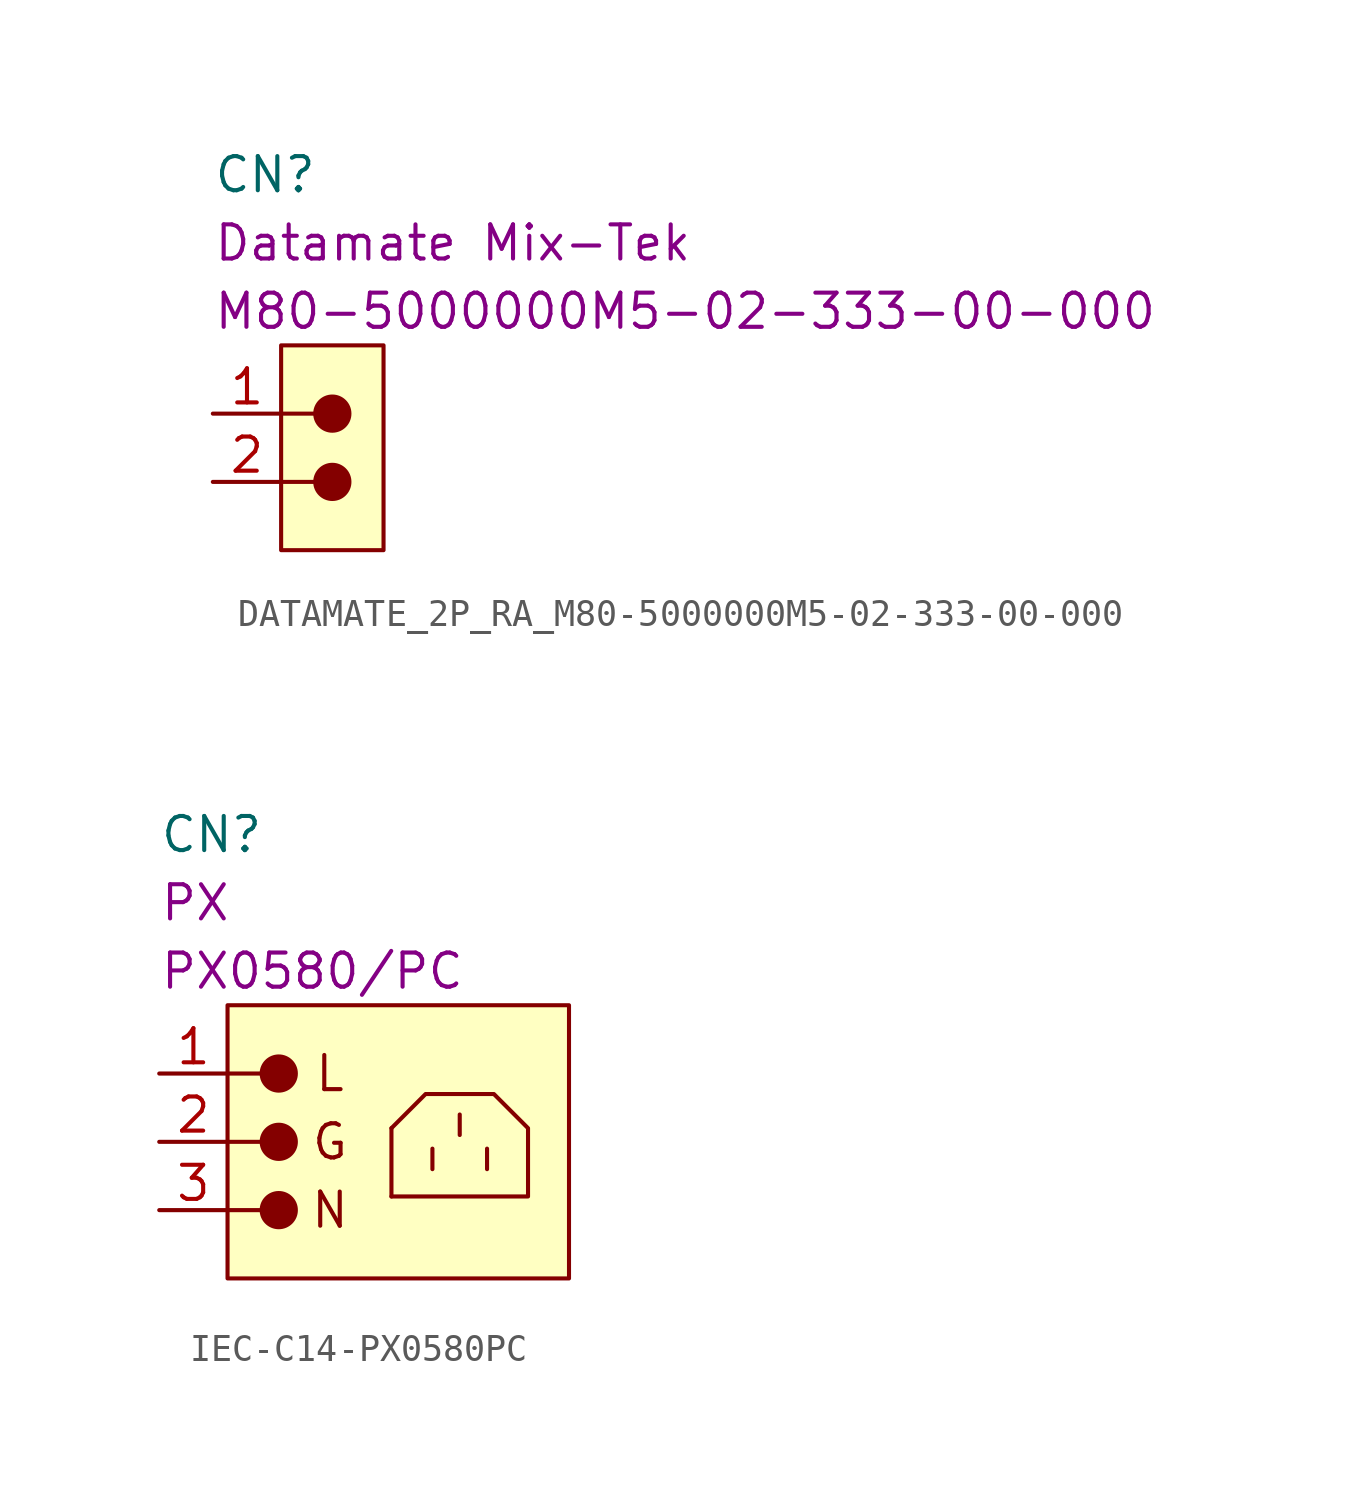
<source format=kicad_sym>
(kicad_symbol_lib
  (version 20211014)
  (generator kicad_symbol_editor)
  (symbol "DATAMATE_2P_RA_M80-5000000M5-02-333-00-000"
    (property "Reference" "CN"
      (at 0 8.89 0)
      (effects (font (size 1.27 1.27)) (justify left)))
    (property "P/N" "M80-5000000M5-02-333-00-000"
      (at 0 3.81 0)
      (effects (font (size 1.27 1.27)) (justify left)))
    (property "Series" "Datamate Mix-Tek"
      (at 0 6.35 0)
      (effects (font (size 1.27 1.27)) (justify left)))
    (symbol "DATAMATE_2P_RA_M80-5000000M5-02-333-00-000_0_0"
      (pin passive line (at 0 0 0) (length 2.54) (name "PA" (effects (font (size 0 0)))) (number "1" (effects (font (size 1.27 1.27)))) (alternate "B" bidirectional line) (alternate "I" input line) (alternate "NC" no_connect line) (alternate "O" output line) (alternate "PI" power_in line) (alternate "PO" power_out line))
      (pin passive line (at 0 -2.54 0) (length 2.54) (name "PA" (effects (font (size 0 0)))) (number "2" (effects (font (size 1.27 1.27)))) (alternate "B" bidirectional line) (alternate "I" input line) (alternate "NC" no_connect line) (alternate "O" output line) (alternate "PI" power_in line) (alternate "PO" power_out line)))
    (symbol "DATAMATE_2P_RA_M80-5000000M5-02-333-00-000_0_1"
      (polyline (pts (xy 2.54 -2.54) (xy 3.81 -2.54)) (stroke (width 0) (type default) (color 0 0 0 0)) (fill (type none)))
      (polyline (pts (xy 2.54 0) (xy 3.81 0)) (stroke (width 0) (type default) (color 0 0 0 0)) (fill (type none)))
      (rectangle (start 2.54 -5.08) (end 6.35 2.54) (stroke (width 0) (type default) (color 0 0 0 0)) (fill (type background)))
      (circle (center 4.445 -2.54) (radius 0.635) (stroke (width 0) (type default) (color 0 0 0 0)) (fill (type outline)))
      (circle (center 4.445 0) (radius 0.635) (stroke (width 0) (type default) (color 0 0 0 0)) (fill (type outline)))))
  (symbol "IEC-C14-PX0580PC"
    (property "Reference" "CN"
      (at 0 8.89 0)
      (effects (font (size 1.27 1.27)) (justify left)))
    (property "P/N" "PX0580/PC"
      (at 0 3.81 0)
      (effects (font (size 1.27 1.27)) (justify left)))
    (property "Series" "PX"
      (at 0 6.35 0)
      (effects (font (size 1.27 1.27)) (justify left)))
    (symbol "IEC-C14-PX0580PC_0_0"
      (polyline (pts (xy 8.636 -2.032) (xy 8.636 -4.572)) (stroke (width 0) (type default) (color 0 0 0 0)) (fill (type none)))
      (polyline (pts (xy 10.16 -2.794) (xy 10.16 -3.556)) (stroke (width 0) (type default) (color 0 0 0 0)) (fill (type none)))
      (polyline (pts (xy 11.176 -1.524) (xy 11.176 -2.286)) (stroke (width 0) (type default) (color 0 0 0 0)) (fill (type none)))
      (polyline (pts (xy 12.192 -2.794) (xy 12.192 -3.556)) (stroke (width 0) (type default) (color 0 0 0 0)) (fill (type none)))
      (polyline (pts (xy 8.636 -4.572) (xy 13.716 -4.572) (xy 13.716 -2.032) (xy 12.446 -0.762) (xy 9.906 -0.762) (xy 8.636 -2.032)) (stroke (width 0) (type default) (color 0 0 0 0)) (fill (type none)))
      (text "G" (at 6.35 -2.54 0) (effects (font (size 1.27 1.27))))
      (text "L" (at 6.35 0 0) (effects (font (size 1.27 1.27))))
      (text "N" (at 6.35 -5.08 0) (effects (font (size 1.27 1.27))))
      (pin passive line (at 0 0 0) (length 2.54) (name "PA" (effects (font (size 0 0)))) (number "1" (effects (font (size 1.27 1.27)))) (alternate "B" bidirectional line) (alternate "I" input line) (alternate "NC" no_connect line) (alternate "O" output line) (alternate "PI" power_in line) (alternate "PO" power_out line))
      (pin passive line (at 0 -2.54 0) (length 2.54) (name "PA" (effects (font (size 0 0)))) (number "2" (effects (font (size 1.27 1.27)))) (alternate "B" bidirectional line) (alternate "I" input line) (alternate "NC" no_connect line) (alternate "O" output line) (alternate "PI" power_in line) (alternate "PO" power_out line))
      (pin passive line (at 0 -5.08 0) (length 2.54) (name "N" (effects (font (size 0 0)))) (number "3" (effects (font (size 1.27 1.27)))) (alternate "B" bidirectional line) (alternate "I" input line) (alternate "NC" no_connect line) (alternate "O" output line) (alternate "PI" power_in line) (alternate "PO" power_out line)))
    (symbol "IEC-C14-PX0580PC_0_1"
      (polyline (pts (xy 2.54 -5.08) (xy 3.81 -5.08)) (stroke (width 0) (type default) (color 0 0 0 0)) (fill (type none)))
      (polyline (pts (xy 2.54 -2.54) (xy 3.81 -2.54)) (stroke (width 0) (type default) (color 0 0 0 0)) (fill (type none)))
      (polyline (pts (xy 2.54 0) (xy 3.81 0)) (stroke (width 0) (type default) (color 0 0 0 0)) (fill (type none)))
      (rectangle (start 2.54 2.54) (end 15.24 -7.62) (stroke (width 0) (type default) (color 0 0 0 0)) (fill (type background)))
      (circle (center 4.445 -5.08) (radius 0.635) (stroke (width 0) (type default) (color 0 0 0 0)) (fill (type outline)))
      (circle (center 4.445 -2.54) (radius 0.635) (stroke (width 0) (type default) (color 0 0 0 0)) (fill (type outline)))
      (circle (center 4.445 0) (radius 0.635) (stroke (width 0) (type default) (color 0 0 0 0)) (fill (type outline))))))
</source>
